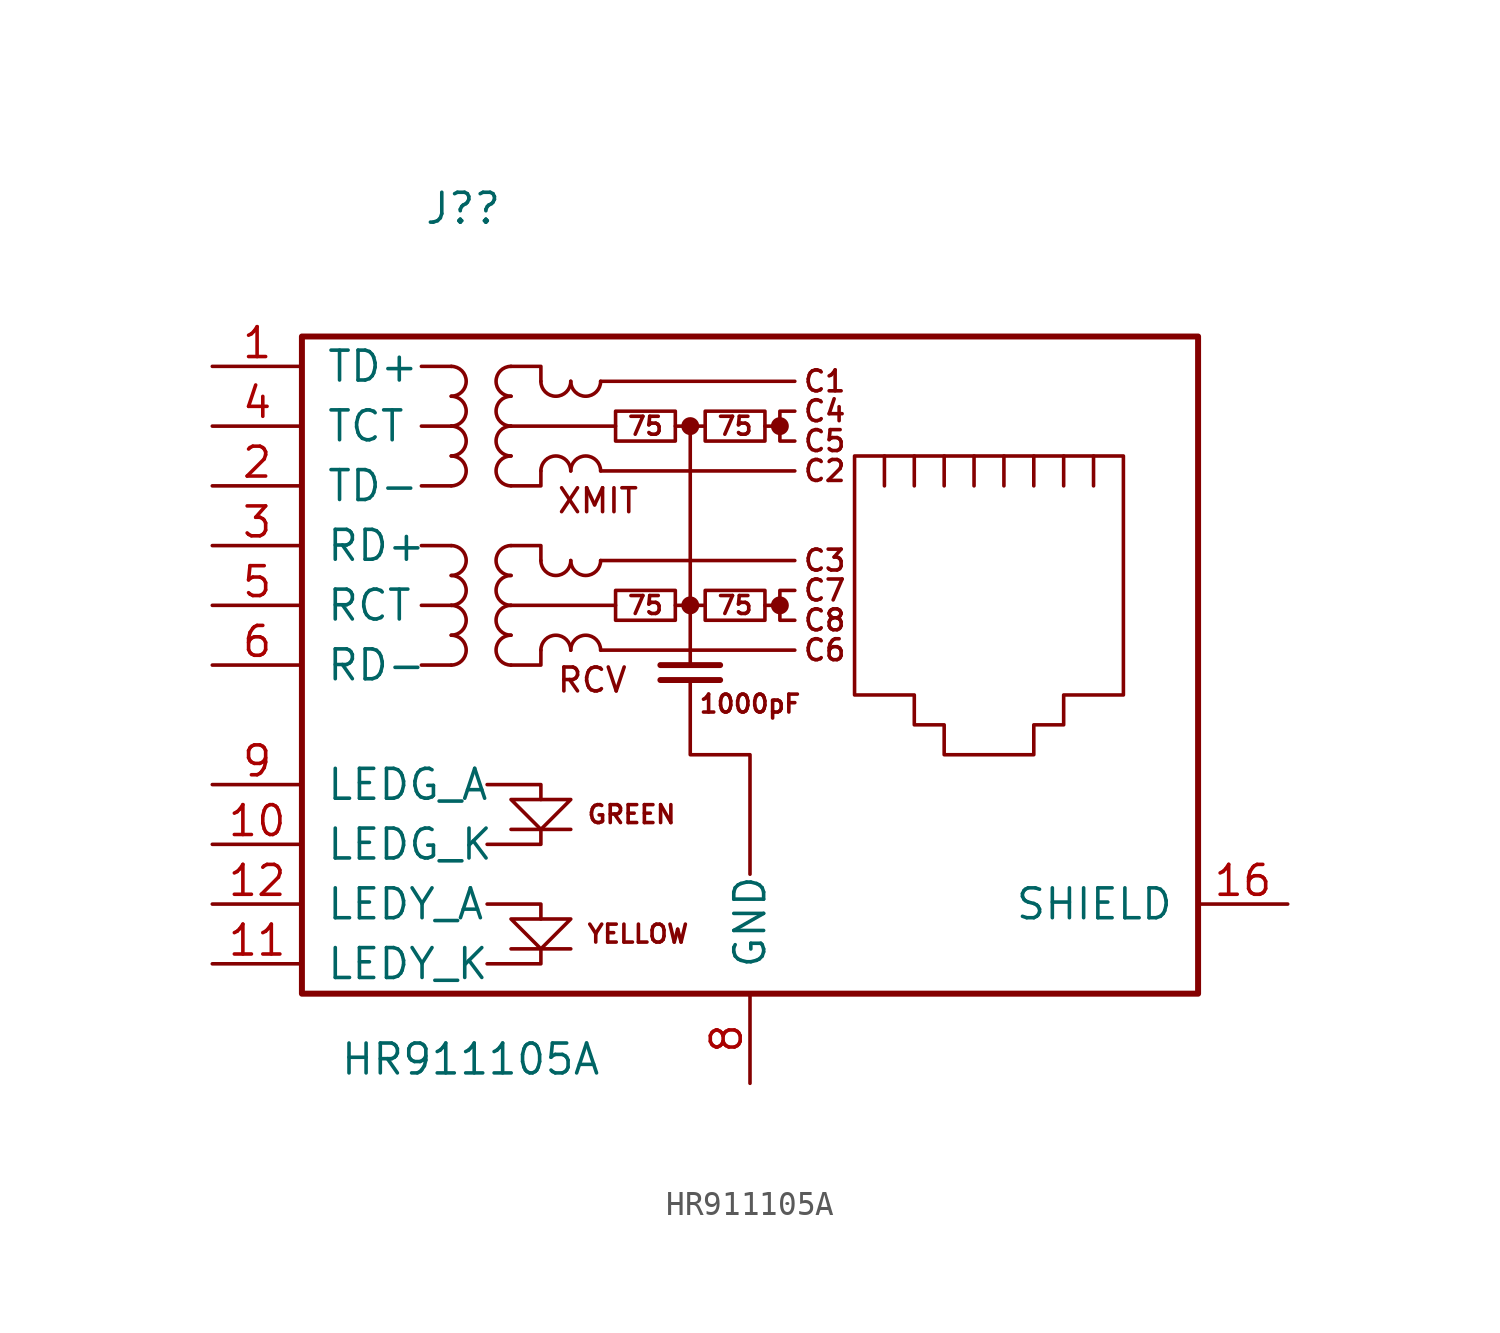
<source format=kicad_sym>
(kicad_symbol_lib
  (version 20210619)
  (generator kicad_symbol_editor)
  (symbol "0_MyLib:HR911105A"
    (pin_names
      (offset 1.016))
    (property "Reference" "J?"
      (at -10.338 22.022 0)
      (effects (font (size 1.27 1.27)) (justify left bottom)))
    (property "Value" "HR911105A"
      (at -13.919 -14.148 0)
      (effects (font (size 1.27 1.27)) (justify left bottom)))
    (property "ki_locked" ""
      (at 0 0 0)
      (effects (font (size 1.27 1.27))))
    (symbol "HR911105A_0_0"
      (circle (center 0.991 5.893) (radius 0.254) (stroke (width 0.254)) (fill (type outline)))
      (circle (center 0.991 13.513) (radius 0.254) (stroke (width 0.254)) (fill (type outline)))
      (circle (center 4.801 5.893) (radius 0.254) (stroke (width 0.254)) (fill (type outline)))
      (circle (center 4.801 13.513) (radius 0.254) (stroke (width 0.254)) (fill (type outline)))
      (text "1000pF" (at 3.531 1.702 0) (effects (font (size 0.762 0.762))))
      (text "75" (at -0.914 5.893 0) (effects (font (size 0.762 0.762))))
      (text "75" (at -0.914 13.513 0) (effects (font (size 0.762 0.762))))
      (text "75" (at 2.896 5.893 0) (effects (font (size 0.762 0.762))))
      (text "75" (at 2.896 13.513 0) (effects (font (size 0.762 0.762))))
      (text "C1" (at 6.706 15.418 0) (effects (font (size 0.889 0.889))))
      (text "C2" (at 6.706 11.608 0) (effects (font (size 0.889 0.889))))
      (text "C3" (at 6.706 7.798 0) (effects (font (size 0.889 0.889))))
      (text "C4" (at 6.706 14.148 0) (effects (font (size 0.889 0.889))))
      (text "C5" (at 6.706 12.878 0) (effects (font (size 0.889 0.889))))
      (text "C6" (at 6.706 3.988 0) (effects (font (size 0.889 0.889))))
      (text "C7" (at 6.706 6.528 0) (effects (font (size 0.889 0.889))))
      (text "C8" (at 6.706 5.258 0) (effects (font (size 0.889 0.889))))
      (text "GREEN" (at -3.454 -2.997 0) (effects (font (size 0.762 0.762)) (justify left)))
      (text "RCV" (at -4.724 2.718 0) (effects (font (size 1.016 1.016)) (justify left)))
      (text "XMIT" (at -4.724 10.338 0) (effects (font (size 1.016 1.016)) (justify left)))
      (text "YELLOW" (at -3.454 -8.077 0) (effects (font (size 0.762 0.762)) (justify left)))
      (polyline (pts (xy -4.089 -8.712) (xy -6.629 -8.712)) (stroke (width 0)) (fill (type none)))
      (polyline (pts (xy -4.089 -3.632) (xy -6.629 -3.632)) (stroke (width 0)) (fill (type none)))
      (polyline (pts (xy 0.991 13.513) (xy 0.991 3.353)) (stroke (width 0)) (fill (type none)))
      (polyline (pts (xy 2.261 2.718) (xy -0.279 2.718)) (stroke (width 0.254)) (fill (type none)))
      (polyline (pts (xy 2.261 3.353) (xy -0.279 3.353)) (stroke (width 0.254)) (fill (type none)))
      (polyline (pts (xy 4.801 5.893) (xy 4.166 5.893)) (stroke (width 0)) (fill (type none)))
      (polyline (pts (xy 4.801 13.513) (xy 4.166 13.513)) (stroke (width 0)) (fill (type none)))
      (polyline (pts (xy -7.645 -9.347) (xy -5.359 -9.347) (xy -5.359 -8.712)) (stroke (width 0)) (fill (type none)))
      (polyline (pts (xy -7.645 -6.807) (xy -5.359 -6.807) (xy -5.359 -7.442)) (stroke (width 0)) (fill (type none)))
      (polyline (pts (xy -7.645 -1.727) (xy -5.359 -1.727) (xy -5.359 -2.362)) (stroke (width 0)) (fill (type none)))
      (polyline (pts (xy -5.359 -3.632) (xy -5.359 -4.267) (xy -7.645 -4.267)) (stroke (width 0)) (fill (type none)))
      (polyline (pts (xy -6.629 -2.362) (xy -4.089 -2.362) (xy -5.359 -3.632) (xy -6.629 -2.362)) (stroke (width 0)) (fill (type none)))
      (polyline (pts (xy -4.089 -7.442) (xy -6.629 -7.442) (xy -5.359 -8.712) (xy -4.089 -7.442)) (stroke (width 0)) (fill (type none)))
      (polyline (pts (xy 0.991 2.718) (xy 0.991 -0.457) (xy 3.531 -0.457) (xy 3.531 -5.537)) (stroke (width 0)) (fill (type none)))
      (polyline (pts (xy 5.436 6.528) (xy 4.801 6.528) (xy 4.801 5.258) (xy 5.436 5.258)) (stroke (width 0)) (fill (type none)))
      (polyline (pts (xy 5.436 14.148) (xy 4.801 14.148) (xy 4.801 12.878) (xy 5.436 12.878)) (stroke (width 0)) (fill (type none))))
    (symbol "HR911105A_0_1"
      (arc (start -9.1694 3.3528) (end -9.1694 4.6228) (radius (at -9.1694 3.9878) (length 0.635) (angles -89.9 89.9)) (stroke (width 0)) (fill (type none)))
      (arc (start -9.1694 4.6228) (end -9.1694 5.8928) (radius (at -9.1694 5.2578) (length 0.635) (angles -89.9 89.9)) (stroke (width 0)) (fill (type none)))
      (arc (start -9.1694 5.8928) (end -9.1694 7.1628) (radius (at -9.1694 6.5278) (length 0.635) (angles -89.9 89.9)) (stroke (width 0)) (fill (type none)))
      (arc (start -9.1694 7.1628) (end -9.1694 8.4328) (radius (at -9.1694 7.7978) (length 0.635) (angles -89.9 89.9)) (stroke (width 0)) (fill (type none)))
      (arc (start -9.1694 10.9728) (end -9.1694 12.2428) (radius (at -9.1694 11.6078) (length 0.635) (angles -89.9 89.9)) (stroke (width 0)) (fill (type none)))
      (arc (start -9.1694 12.2428) (end -9.1694 13.5128) (radius (at -9.1694 12.8778) (length 0.635) (angles -89.9 89.9)) (stroke (width 0)) (fill (type none)))
      (arc (start -9.1694 13.5128) (end -9.1694 14.7828) (radius (at -9.1694 14.1478) (length 0.635) (angles -89.9 89.9)) (stroke (width 0)) (fill (type none)))
      (arc (start -9.1694 14.7828) (end -9.1694 16.0528) (radius (at -9.1694 15.4178) (length 0.635) (angles -89.9 89.9)) (stroke (width 0)) (fill (type none)))
      (arc (start -6.6294 4.6228) (end -6.6294 3.3528) (radius (at -6.6294 3.9878) (length 0.635) (angles 90.1 -90.1)) (stroke (width 0)) (fill (type none)))
      (arc (start -6.6294 5.8928) (end -6.6294 4.6228) (radius (at -6.6294 5.2578) (length 0.635) (angles 90.1 -90.1)) (stroke (width 0)) (fill (type none)))
      (arc (start -6.6294 7.1628) (end -6.6294 5.8928) (radius (at -6.6294 6.5278) (length 0.635) (angles 90.1 -90.1)) (stroke (width 0)) (fill (type none)))
      (arc (start -6.6294 8.4328) (end -6.6294 7.1628) (radius (at -6.6294 7.7978) (length 0.635) (angles 90.1 -90.1)) (stroke (width 0)) (fill (type none)))
      (arc (start -6.6294 12.2428) (end -6.6294 10.9728) (radius (at -6.6294 11.6078) (length 0.635) (angles 90.1 -90.1)) (stroke (width 0)) (fill (type none)))
      (arc (start -6.6294 13.5128) (end -6.6294 12.2428) (radius (at -6.6294 12.8778) (length 0.635) (angles 90.1 -90.1)) (stroke (width 0)) (fill (type none)))
      (arc (start -6.6294 14.7828) (end -6.6294 13.5128) (radius (at -6.6294 14.1478) (length 0.635) (angles 90.1 -90.1)) (stroke (width 0)) (fill (type none)))
      (arc (start -6.6294 16.0528) (end -6.6294 14.7828) (radius (at -6.6294 15.4178) (length 0.635) (angles 90.1 -90.1)) (stroke (width 0)) (fill (type none)))
      (arc (start -4.0894 3.9878) (end -5.3594 3.9878) (radius (at -4.7244 3.9878) (length 0.635) (angles 0.1 179.9)) (stroke (width 0)) (fill (type none)))
      (arc (start -5.3594 7.7978) (end -4.0894 7.7978) (radius (at -4.7244 7.7978) (length 0.635) (angles -179.9 -0.1)) (stroke (width 0)) (fill (type none)))
      (arc (start -4.0894 11.6078) (end -5.3594 11.6078) (radius (at -4.7244 11.6078) (length 0.635) (angles 0.1 179.9)) (stroke (width 0)) (fill (type none)))
      (arc (start -5.3594 15.4178) (end -4.0894 15.4178) (radius (at -4.7244 15.4178) (length 0.635) (angles -179.9 -0.1)) (stroke (width 0)) (fill (type none)))
      (arc (start -2.8194 3.9878) (end -4.0894 3.9878) (radius (at -3.4544 3.9878) (length 0.635) (angles 0.1 179.9)) (stroke (width 0)) (fill (type none)))
      (arc (start -4.0894 7.7978) (end -2.8194 7.7978) (radius (at -3.4544 7.7978) (length 0.635) (angles -179.9 -0.1)) (stroke (width 0)) (fill (type none)))
      (arc (start -2.8194 11.6078) (end -4.0894 11.6078) (radius (at -3.4544 11.6078) (length 0.635) (angles 0.1 179.9)) (stroke (width 0)) (fill (type none)))
      (arc (start -4.0894 15.4178) (end -2.8194 15.4178) (radius (at -3.4544 15.4178) (length 0.635) (angles -179.9 -0.1)) (stroke (width 0)) (fill (type none)))
      (rectangle (start -15.519 -10.617) (end 22.581 17.323) (stroke (width 0.254)) (fill (type none)))
      (rectangle (start -2.184 6.528) (end 0.356 5.258) (stroke (width 0)) (fill (type none)))
      (rectangle (start -2.184 14.148) (end 0.356 12.878) (stroke (width 0)) (fill (type none)))
      (rectangle (start 1.626 6.528) (end 4.166 5.258) (stroke (width 0)) (fill (type none)))
      (rectangle (start 1.626 14.148) (end 4.166 12.878) (stroke (width 0)) (fill (type none)))
      (polyline (pts (xy -9.169 3.353) (xy -10.439 3.353)) (stroke (width 0)) (fill (type none)))
      (polyline (pts (xy -9.169 5.893) (xy -10.439 5.893)) (stroke (width 0)) (fill (type none)))
      (polyline (pts (xy -9.169 8.433) (xy -10.439 8.433)) (stroke (width 0)) (fill (type none)))
      (polyline (pts (xy -9.169 10.973) (xy -10.439 10.973)) (stroke (width 0)) (fill (type none)))
      (polyline (pts (xy -9.169 13.513) (xy -10.439 13.513)) (stroke (width 0)) (fill (type none)))
      (polyline (pts (xy -9.169 16.053) (xy -10.439 16.053)) (stroke (width 0)) (fill (type none)))
      (polyline (pts (xy -2.819 3.988) (xy 5.436 3.988)) (stroke (width 0)) (fill (type none)))
      (polyline (pts (xy -2.819 7.798) (xy 5.436 7.798)) (stroke (width 0)) (fill (type none)))
      (polyline (pts (xy -2.819 11.608) (xy 5.436 11.608)) (stroke (width 0)) (fill (type none)))
      (polyline (pts (xy -2.819 15.418) (xy 5.436 15.418)) (stroke (width 0)) (fill (type none)))
      (polyline (pts (xy -2.184 5.893) (xy -6.629 5.893)) (stroke (width 0)) (fill (type none)))
      (polyline (pts (xy -2.184 13.513) (xy -6.629 13.513)) (stroke (width 0)) (fill (type none)))
      (polyline (pts (xy 0.356 5.893) (xy 1.626 5.893)) (stroke (width 0)) (fill (type none)))
      (polyline (pts (xy 0.356 13.513) (xy 1.626 13.513)) (stroke (width 0)) (fill (type none)))
      (polyline (pts (xy 9.246 10.973) (xy 9.246 12.243)) (stroke (width 0)) (fill (type none)))
      (polyline (pts (xy 10.516 12.243) (xy 10.516 10.973)) (stroke (width 0)) (fill (type none)))
      (polyline (pts (xy 11.786 12.243) (xy 11.786 10.973)) (stroke (width 0)) (fill (type none)))
      (polyline (pts (xy 13.056 12.243) (xy 13.056 10.973)) (stroke (width 0)) (fill (type none)))
      (polyline (pts (xy 14.326 12.243) (xy 14.326 10.973)) (stroke (width 0)) (fill (type none)))
      (polyline (pts (xy 15.596 12.243) (xy 15.596 10.973)) (stroke (width 0)) (fill (type none)))
      (polyline (pts (xy 16.866 10.973) (xy 16.866 12.243)) (stroke (width 0)) (fill (type none)))
      (polyline (pts (xy 18.136 10.973) (xy 18.136 12.243)) (stroke (width 0)) (fill (type none)))
      (polyline (pts (xy -6.629 8.433) (xy -5.359 8.433) (xy -5.359 7.798)) (stroke (width 0)) (fill (type none)))
      (polyline (pts (xy -6.629 16.053) (xy -5.359 16.053) (xy -5.359 15.418)) (stroke (width 0)) (fill (type none)))
      (polyline (pts (xy -5.359 3.988) (xy -5.359 3.353) (xy -6.629 3.353)) (stroke (width 0)) (fill (type none)))
      (polyline (pts (xy -5.359 11.608) (xy -5.359 10.973) (xy -6.629 10.973)) (stroke (width 0)) (fill (type none)))
      (polyline (pts (xy 7.976 12.243) (xy 19.406 12.243) (xy 19.406 2.083) (xy 16.866 2.083) (xy 16.866 0.813) (xy 15.596 0.813) (xy 15.596 -0.457) (xy 11.786 -0.457) (xy 11.786 0.813) (xy 10.516 0.813) (xy 10.516 2.083) (xy 7.976 2.083) (xy 7.976 12.243)) (stroke (width 0)) (fill (type none))))
    (symbol "HR911105A_1_1"
      (pin passive line (at -19.329 16.053 0) (length 3.81) (name "TD+" (effects (font (size 1.27 1.27)))) (number "1" (effects (font (size 1.27 1.27)))))
      (pin passive line (at -19.329 -4.267 0) (length 3.81) (name "LEDG_K" (effects (font (size 1.27 1.27)))) (number "10" (effects (font (size 1.27 1.27)))))
      (pin passive line (at -19.329 -9.347 0) (length 3.81) (name "LEDY_K" (effects (font (size 1.27 1.27)))) (number "11" (effects (font (size 1.27 1.27)))))
      (pin passive line (at -19.329 -6.807 0) (length 3.81) (name "LEDY_A" (effects (font (size 1.27 1.27)))) (number "12" (effects (font (size 1.27 1.27)))))
      (pin passive line (at 26.391 -6.807 180) (length 3.81) (name "SHIELD" (effects (font (size 1.27 1.27)))) (number "16" (effects (font (size 1.27 1.27)))))
      (pin passive line (at -19.329 10.973 0) (length 3.81) (name "TD-" (effects (font (size 1.27 1.27)))) (number "2" (effects (font (size 1.27 1.27)))))
      (pin passive line (at -19.329 8.433 0) (length 3.81) (name "RD+" (effects (font (size 1.27 1.27)))) (number "3" (effects (font (size 1.27 1.27)))))
      (pin passive line (at -19.329 13.513 0) (length 3.81) (name "TCT" (effects (font (size 1.27 1.27)))) (number "4" (effects (font (size 1.27 1.27)))))
      (pin passive line (at -19.329 5.893 0) (length 3.81) (name "RCT" (effects (font (size 1.27 1.27)))) (number "5" (effects (font (size 1.27 1.27)))))
      (pin passive line (at -19.329 3.353 0) (length 3.81) (name "RD-" (effects (font (size 1.27 1.27)))) (number "6" (effects (font (size 1.27 1.27)))))
      (pin power_in line (at 3.531 -14.427 90) (length 3.81) (name "GND" (effects (font (size 1.27 1.27)))) (number "8" (effects (font (size 1.27 1.27)))))
      (pin passive line (at -19.329 -1.727 0) (length 3.81) (name "LEDG_A" (effects (font (size 1.27 1.27)))) (number "9" (effects (font (size 1.27 1.27))))))))
</source>
